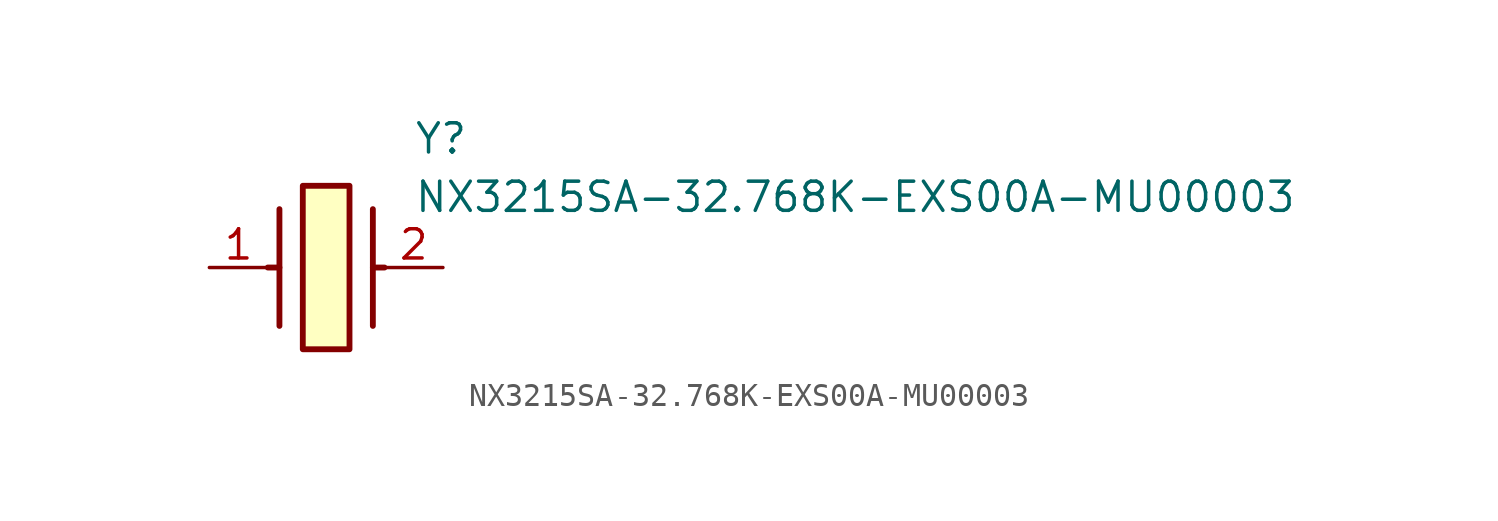
<source format=kicad_sym>
(kicad_symbol_lib
  (version 20211014)
  (generator SamacSys_ECAD_Model)
  (symbol "NX3215SA-32.768K-EXS00A-MU00003"
    (pin_names hide)
    (property "Reference" "Y"
      (at 8.89 6.35 0)
      (effects (font (size 1.27 1.27)) (justify left top)))
    (property "Value" "NX3215SA-32.768K-EXS00A-MU00003"
      (at 8.89 3.81 0)
      (effects (font (size 1.27 1.27)) (justify left top)))
    (rectangle
      (start 4.064 3.556)
      (end 6.096 -3.556)
      (stroke (width 0.254) (type default))
      (fill (type background)))
    (polyline
      (pts (xy 3.048 2.54) (xy 3.048 -2.54))
      (stroke (width 0.254) (type default))
      (fill (type none)))
    (polyline
      (pts (xy 7.112 2.54) (xy 7.112 -2.54))
      (stroke (width 0.254) (type default))
      (fill (type none)))
    (polyline
      (pts (xy 7.112 0) (xy 7.62 0))
      (stroke (width 0.254) (type default))
      (fill (type none)))
    (polyline
      (pts (xy 3.048 0) (xy 2.54 0))
      (stroke (width 0.254) (type default))
      (fill (type none)))
    (pin passive line
      (at 0 0 0)
      (length 2.54)
      (name "1" (effects (font (size 1.27 1.27))))
      (number "1" (effects (font (size 1.27 1.27)))))
    (pin passive line
      (at 10.16 0 180)
      (length 2.54)
      (name "2" (effects (font (size 1.27 1.27))))
      (number "2" (effects (font (size 1.27 1.27)))))))
</source>
